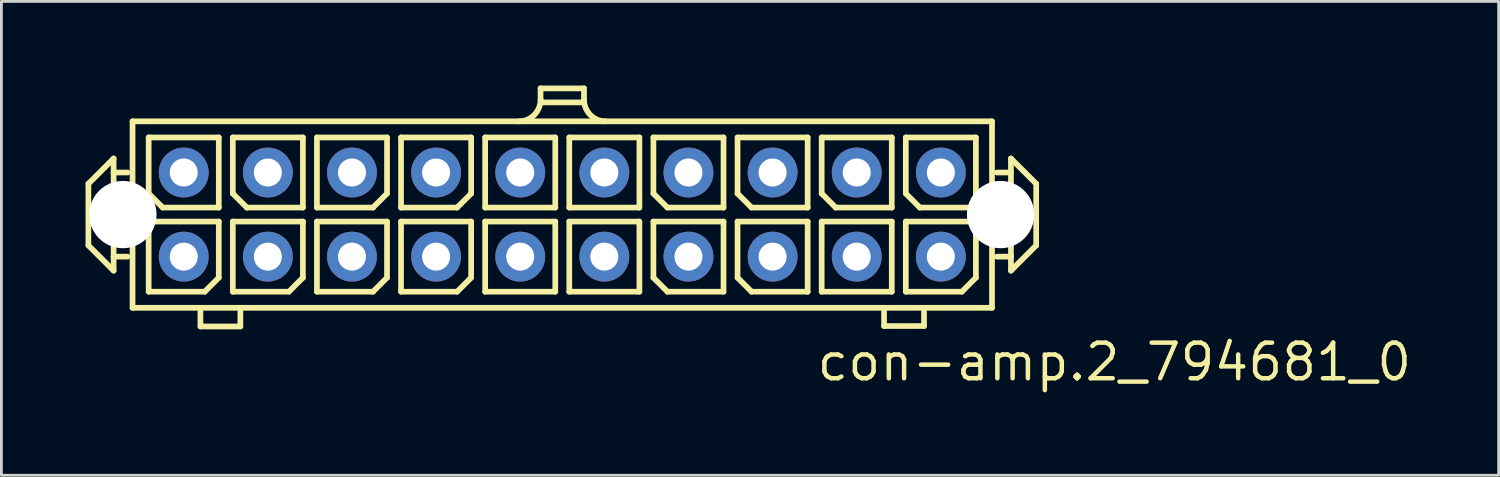
<source format=kicad_pcb>
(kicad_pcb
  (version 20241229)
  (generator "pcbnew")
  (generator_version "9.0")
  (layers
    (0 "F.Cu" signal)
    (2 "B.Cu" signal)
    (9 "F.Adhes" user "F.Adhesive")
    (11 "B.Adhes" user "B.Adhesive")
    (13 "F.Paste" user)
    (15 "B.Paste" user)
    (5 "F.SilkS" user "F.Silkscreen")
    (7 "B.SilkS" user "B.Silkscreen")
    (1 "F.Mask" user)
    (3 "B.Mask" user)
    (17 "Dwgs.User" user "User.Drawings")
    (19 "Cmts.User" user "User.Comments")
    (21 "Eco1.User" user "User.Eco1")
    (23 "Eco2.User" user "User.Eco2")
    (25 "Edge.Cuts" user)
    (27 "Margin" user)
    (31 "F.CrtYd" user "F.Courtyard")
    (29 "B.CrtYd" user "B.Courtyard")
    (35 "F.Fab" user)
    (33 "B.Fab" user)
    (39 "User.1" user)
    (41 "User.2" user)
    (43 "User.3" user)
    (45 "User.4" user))
  (footprint "con-amp.2_794681_0"
    (layer "F.Cu")
    (at 17.002 4.602)
    (property "Reference" "con-amp.2_794681_0" (at 9 6 0) (layer "F.SilkS") (effects (font (size 1.27 1.27) (thickness 0.16)) (justify left bottom)))
    (attr through_hole)
    (fp_line (start -16.9 -1.1) (end -16 -2) (stroke (width 0.203) (type default)) (layer "F.SilkS"))
    (fp_line (start -16.9 1.1) (end -16.9 -1.1) (stroke (width 0.203) (type default)) (layer "F.SilkS"))
    (fp_line (start -16 -2) (end -16 -1.5) (stroke (width 0.203) (type default)) (layer "F.SilkS"))
    (fp_line (start -16 -1.5) (end -16 1.5) (stroke (width 0.203) (type default)) (layer "F.SilkS"))
    (fp_line (start -16 -1.5) (end -15.5 -1.5) (stroke (width 0.203) (type default)) (layer "F.SilkS"))
    (fp_line (start -16 1.5) (end -16 2) (stroke (width 0.203) (type default)) (layer "F.SilkS"))
    (fp_line (start -16 1.5) (end -15.5 1.5) (stroke (width 0.203) (type default)) (layer "F.SilkS"))
    (fp_line (start -16 2) (end -16.9 1.1) (stroke (width 0.203) (type default)) (layer "F.SilkS"))
    (fp_line (start -15.325 -3.325) (end 15.325 -3.325) (stroke (width 0.203) (type default)) (layer "F.SilkS"))
    (fp_line (start -15.325 3.325) (end -15.325 -3.325) (stroke (width 0.203) (type default)) (layer "F.SilkS"))
    (fp_line (start -14.75 -2.75) (end -14.75 -0.75) (stroke (width 0.203) (type default)) (layer "F.SilkS"))
    (fp_line (start -14.75 0.25) (end -14.75 2.75) (stroke (width 0.203) (type default)) (layer "F.SilkS"))
    (fp_line (start -14.75 0.25) (end -12.25 0.25) (stroke (width 0.203) (type default)) (layer "F.SilkS"))
    (fp_line (start -14.75 2.75) (end -12.75 2.75) (stroke (width 0.203) (type default)) (layer "F.SilkS"))
    (fp_line (start -14.25 -0.25) (end -14.75 -0.75) (stroke (width 0.203) (type default)) (layer "F.SilkS"))
    (fp_line (start -14.25 -0.25) (end -12.25 -0.25) (stroke (width 0.203) (type default)) (layer "F.SilkS"))
    (fp_line (start -12.905 3.99) (end -12.905 3.44) (stroke (width 0.203) (type default)) (layer "F.SilkS"))
    (fp_line (start -12.75 2.75) (end -12.25 2.25) (stroke (width 0.203) (type default)) (layer "F.SilkS"))
    (fp_line (start -12.25 -2.75) (end -14.75 -2.75) (stroke (width 0.203) (type default)) (layer "F.SilkS"))
    (fp_line (start -12.25 -2.75) (end -12.25 -0.25) (stroke (width 0.203) (type default)) (layer "F.SilkS"))
    (fp_line (start -12.25 0.25) (end -12.25 2.25) (stroke (width 0.203) (type default)) (layer "F.SilkS"))
    (fp_line (start -11.75 -2.75) (end -11.75 -0.75) (stroke (width 0.203) (type default)) (layer "F.SilkS"))
    (fp_line (start -11.75 0.25) (end -11.75 2.75) (stroke (width 0.203) (type default)) (layer "F.SilkS"))
    (fp_line (start -11.75 0.25) (end -9.25 0.25) (stroke (width 0.203) (type default)) (layer "F.SilkS"))
    (fp_line (start -11.75 2.75) (end -9.75 2.75) (stroke (width 0.203) (type default)) (layer "F.SilkS"))
    (fp_line (start -11.48 3.99) (end -12.905 3.99) (stroke (width 0.203) (type default)) (layer "F.SilkS"))
    (fp_line (start -11.48 3.99) (end -11.48 3.44) (stroke (width 0.203) (type default)) (layer "F.SilkS"))
    (fp_line (start -11.25 -0.25) (end -11.75 -0.75) (stroke (width 0.203) (type default)) (layer "F.SilkS"))
    (fp_line (start -11.25 -0.25) (end -9.25 -0.25) (stroke (width 0.203) (type default)) (layer "F.SilkS"))
    (fp_line (start -9.75 2.75) (end -9.25 2.25) (stroke (width 0.203) (type default)) (layer "F.SilkS"))
    (fp_line (start -9.25 -2.75) (end -11.75 -2.75) (stroke (width 0.203) (type default)) (layer "F.SilkS"))
    (fp_line (start -9.25 -2.75) (end -9.25 -0.25) (stroke (width 0.203) (type default)) (layer "F.SilkS"))
    (fp_line (start -9.25 0.25) (end -9.25 2.25) (stroke (width 0.203) (type default)) (layer "F.SilkS"))
    (fp_line (start -8.75 -2.75) (end -8.75 -0.25) (stroke (width 0.203) (type default)) (layer "F.SilkS"))
    (fp_line (start -8.75 -0.25) (end -6.75 -0.25) (stroke (width 0.203) (type default)) (layer "F.SilkS"))
    (fp_line (start -8.75 0.25) (end -8.75 2.75) (stroke (width 0.203) (type default)) (layer "F.SilkS"))
    (fp_line (start -8.75 0.25) (end -6.25 0.25) (stroke (width 0.203) (type default)) (layer "F.SilkS"))
    (fp_line (start -8.75 2.75) (end -6.75 2.75) (stroke (width 0.203) (type default)) (layer "F.SilkS"))
    (fp_line (start -6.75 -0.25) (end -6.25 -0.75) (stroke (width 0.203) (type default)) (layer "F.SilkS"))
    (fp_line (start -6.75 2.75) (end -6.25 2.25) (stroke (width 0.203) (type default)) (layer "F.SilkS"))
    (fp_line (start -6.25 -2.75) (end -8.75 -2.75) (stroke (width 0.203) (type default)) (layer "F.SilkS"))
    (fp_line (start -6.25 -2.75) (end -6.25 -0.75) (stroke (width 0.203) (type default)) (layer "F.SilkS"))
    (fp_line (start -6.25 0.25) (end -6.25 2.25) (stroke (width 0.203) (type default)) (layer "F.SilkS"))
    (fp_line (start -5.75 -2.75) (end -5.75 -0.25) (stroke (width 0.203) (type default)) (layer "F.SilkS"))
    (fp_line (start -5.75 -0.25) (end -3.75 -0.25) (stroke (width 0.203) (type default)) (layer "F.SilkS"))
    (fp_line (start -5.75 0.25) (end -5.75 2.75) (stroke (width 0.203) (type default)) (layer "F.SilkS"))
    (fp_line (start -5.75 0.25) (end -3.25 0.25) (stroke (width 0.203) (type default)) (layer "F.SilkS"))
    (fp_line (start -5.75 2.75) (end -3.75 2.75) (stroke (width 0.203) (type default)) (layer "F.SilkS"))
    (fp_line (start -3.75 -0.25) (end -3.25 -0.75) (stroke (width 0.203) (type default)) (layer "F.SilkS"))
    (fp_line (start -3.75 2.75) (end -3.25 2.25) (stroke (width 0.203) (type default)) (layer "F.SilkS"))
    (fp_line (start -3.25 -2.75) (end -5.75 -2.75) (stroke (width 0.203) (type default)) (layer "F.SilkS"))
    (fp_line (start -3.25 -2.75) (end -3.25 -0.75) (stroke (width 0.203) (type default)) (layer "F.SilkS"))
    (fp_line (start -3.25 0.25) (end -3.25 2.25) (stroke (width 0.203) (type default)) (layer "F.SilkS"))
    (fp_line (start -2.75 -2.75) (end -2.75 -0.25) (stroke (width 0.203) (type default)) (layer "F.SilkS"))
    (fp_line (start -2.75 -0.25) (end -0.25 -0.25) (stroke (width 0.203) (type default)) (layer "F.SilkS"))
    (fp_line (start -2.75 0.25) (end -2.75 2.75) (stroke (width 0.203) (type default)) (layer "F.SilkS"))
    (fp_line (start -2.75 0.25) (end -0.25 0.25) (stroke (width 0.203) (type default)) (layer "F.SilkS"))
    (fp_line (start -2.75 2.75) (end -0.25 2.75) (stroke (width 0.203) (type default)) (layer "F.SilkS"))
    (fp_line (start -0.775 -4.5) (end 0.775 -4.5) (stroke (width 0.203) (type default)) (layer "F.SilkS"))
    (fp_line (start -0.775 -4.1) (end -0.775 -4.5) (stroke (width 0.203) (type default)) (layer "F.SilkS"))
    (fp_line (start -0.25 -2.75) (end -2.75 -2.75) (stroke (width 0.203) (type default)) (layer "F.SilkS"))
    (fp_line (start -0.25 -2.75) (end -0.25 -0.25) (stroke (width 0.203) (type default)) (layer "F.SilkS"))
    (fp_line (start -0.25 0.25) (end -0.25 2.75) (stroke (width 0.203) (type default)) (layer "F.SilkS"))
    (fp_line (start 0.25 -2.75) (end 0.25 -0.25) (stroke (width 0.203) (type default)) (layer "F.SilkS"))
    (fp_line (start 0.25 -0.25) (end 2.75 -0.25) (stroke (width 0.203) (type default)) (layer "F.SilkS"))
    (fp_line (start 0.25 0.25) (end 0.25 2.75) (stroke (width 0.203) (type default)) (layer "F.SilkS"))
    (fp_line (start 0.25 0.25) (end 2.75 0.25) (stroke (width 0.203) (type default)) (layer "F.SilkS"))
    (fp_line (start 0.25 2.75) (end 2.75 2.75) (stroke (width 0.203) (type default)) (layer "F.SilkS"))
    (fp_line (start 0.75 -4) (end -0.75 -4) (stroke (width 0.203) (type default)) (layer "F.SilkS"))
    (fp_line (start 0.775 -4.1) (end 0.775 -4.5) (stroke (width 0.203) (type default)) (layer "F.SilkS"))
    (fp_line (start 2.75 -2.75) (end 0.25 -2.75) (stroke (width 0.203) (type default)) (layer "F.SilkS"))
    (fp_line (start 2.75 -2.75) (end 2.75 -0.25) (stroke (width 0.203) (type default)) (layer "F.SilkS"))
    (fp_line (start 2.75 0.25) (end 2.75 2.75) (stroke (width 0.203) (type default)) (layer "F.SilkS"))
    (fp_line (start 3.25 -2.75) (end 3.25 -0.75) (stroke (width 0.203) (type default)) (layer "F.SilkS"))
    (fp_line (start 3.25 0.25) (end 3.25 2.25) (stroke (width 0.203) (type default)) (layer "F.SilkS"))
    (fp_line (start 3.25 0.25) (end 5.75 0.25) (stroke (width 0.203) (type default)) (layer "F.SilkS"))
    (fp_line (start 3.75 -0.25) (end 3.25 -0.75) (stroke (width 0.203) (type default)) (layer "F.SilkS"))
    (fp_line (start 3.75 -0.25) (end 5.75 -0.25) (stroke (width 0.203) (type default)) (layer "F.SilkS"))
    (fp_line (start 3.75 2.75) (end 3.25 2.25) (stroke (width 0.203) (type default)) (layer "F.SilkS"))
    (fp_line (start 3.75 2.75) (end 5.75 2.75) (stroke (width 0.203) (type default)) (layer "F.SilkS"))
    (fp_line (start 5.75 -2.75) (end 3.25 -2.75) (stroke (width 0.203) (type default)) (layer "F.SilkS"))
    (fp_line (start 5.75 -2.75) (end 5.75 -0.25) (stroke (width 0.203) (type default)) (layer "F.SilkS"))
    (fp_line (start 5.75 0.25) (end 5.75 2.75) (stroke (width 0.203) (type default)) (layer "F.SilkS"))
    (fp_line (start 6.25 -2.75) (end 6.25 -0.75) (stroke (width 0.203) (type default)) (layer "F.SilkS"))
    (fp_line (start 6.25 0.25) (end 6.25 2.25) (stroke (width 0.203) (type default)) (layer "F.SilkS"))
    (fp_line (start 6.25 0.25) (end 8.75 0.25) (stroke (width 0.203) (type default)) (layer "F.SilkS"))
    (fp_line (start 6.75 -0.25) (end 6.25 -0.75) (stroke (width 0.203) (type default)) (layer "F.SilkS"))
    (fp_line (start 6.75 -0.25) (end 8.75 -0.25) (stroke (width 0.203) (type default)) (layer "F.SilkS"))
    (fp_line (start 6.75 2.75) (end 6.25 2.25) (stroke (width 0.203) (type default)) (layer "F.SilkS"))
    (fp_line (start 6.75 2.75) (end 8.75 2.75) (stroke (width 0.203) (type default)) (layer "F.SilkS"))
    (fp_line (start 8.75 -2.75) (end 6.25 -2.75) (stroke (width 0.203) (type default)) (layer "F.SilkS"))
    (fp_line (start 8.75 -2.75) (end 8.75 -0.25) (stroke (width 0.203) (type default)) (layer "F.SilkS"))
    (fp_line (start 8.75 0.25) (end 8.75 2.75) (stroke (width 0.203) (type default)) (layer "F.SilkS"))
    (fp_line (start 9.25 -2.75) (end 9.25 -0.75) (stroke (width 0.203) (type default)) (layer "F.SilkS"))
    (fp_line (start 9.25 0.25) (end 9.25 2.75) (stroke (width 0.203) (type default)) (layer "F.SilkS"))
    (fp_line (start 9.25 0.25) (end 11.75 0.25) (stroke (width 0.203) (type default)) (layer "F.SilkS"))
    (fp_line (start 9.25 2.75) (end 11.75 2.75) (stroke (width 0.203) (type default)) (layer "F.SilkS"))
    (fp_line (start 9.75 -0.25) (end 9.25 -0.75) (stroke (width 0.203) (type default)) (layer "F.SilkS"))
    (fp_line (start 9.75 -0.25) (end 11.75 -0.25) (stroke (width 0.203) (type default)) (layer "F.SilkS"))
    (fp_line (start 11.475 3.975) (end 11.475 3.425) (stroke (width 0.203) (type default)) (layer "F.SilkS"))
    (fp_line (start 11.75 -2.75) (end 9.25 -2.75) (stroke (width 0.203) (type default)) (layer "F.SilkS"))
    (fp_line (start 11.75 -2.75) (end 11.75 -0.25) (stroke (width 0.203) (type default)) (layer "F.SilkS"))
    (fp_line (start 11.75 0.25) (end 11.75 2.75) (stroke (width 0.203) (type default)) (layer "F.SilkS"))
    (fp_line (start 12.25 -2.75) (end 12.25 -0.75) (stroke (width 0.203) (type default)) (layer "F.SilkS"))
    (fp_line (start 12.25 0.25) (end 12.25 2.75) (stroke (width 0.203) (type default)) (layer "F.SilkS"))
    (fp_line (start 12.25 0.25) (end 14.75 0.25) (stroke (width 0.203) (type default)) (layer "F.SilkS"))
    (fp_line (start 12.25 2.75) (end 14.25 2.75) (stroke (width 0.203) (type default)) (layer "F.SilkS"))
    (fp_line (start 12.75 -0.25) (end 12.25 -0.75) (stroke (width 0.203) (type default)) (layer "F.SilkS"))
    (fp_line (start 12.75 -0.25) (end 14.75 -0.25) (stroke (width 0.203) (type default)) (layer "F.SilkS"))
    (fp_line (start 12.9 3.975) (end 11.475 3.975) (stroke (width 0.203) (type default)) (layer "F.SilkS"))
    (fp_line (start 12.9 3.975) (end 12.9 3.425) (stroke (width 0.203) (type default)) (layer "F.SilkS"))
    (fp_line (start 14.25 2.75) (end 14.75 2.25) (stroke (width 0.203) (type default)) (layer "F.SilkS"))
    (fp_line (start 14.75 -2.75) (end 12.25 -2.75) (stroke (width 0.203) (type default)) (layer "F.SilkS"))
    (fp_line (start 14.75 -0.25) (end 14.75 -2.75) (stroke (width 0.203) (type default)) (layer "F.SilkS"))
    (fp_line (start 14.75 2.25) (end 14.75 0.25) (stroke (width 0.203) (type default)) (layer "F.SilkS"))
    (fp_line (start 15.325 -3.325) (end 15.325 3.325) (stroke (width 0.203) (type default)) (layer "F.SilkS"))
    (fp_line (start 15.325 3.325) (end -15.325 3.325) (stroke (width 0.203) (type default)) (layer "F.SilkS"))
    (fp_line (start 16 -2) (end 16 -1.5) (stroke (width 0.203) (type default)) (layer "F.SilkS"))
    (fp_line (start 16 -2) (end 16.9 -1.1) (stroke (width 0.203) (type default)) (layer "F.SilkS"))
    (fp_line (start 16 -1.5) (end 15.5 -1.5) (stroke (width 0.203) (type default)) (layer "F.SilkS"))
    (fp_line (start 16 -1.5) (end 16 1.5) (stroke (width 0.203) (type default)) (layer "F.SilkS"))
    (fp_line (start 16 1.5) (end 15.5 1.5) (stroke (width 0.203) (type default)) (layer "F.SilkS"))
    (fp_line (start 16 1.5) (end 16 2) (stroke (width 0.203) (type default)) (layer "F.SilkS"))
    (fp_line (start 16.9 -1.1) (end 16.9 1.1) (stroke (width 0.203) (type default)) (layer "F.SilkS"))
    (fp_line (start 16.9 1.1) (end 16 2) (stroke (width 0.203) (type default)) (layer "F.SilkS"))
    (fp_arc (start -0.775 -4.1) (mid -1.001992 -3.551992) (end -1.55 -3.325) (stroke (width 0.2032) (type default)) (layer "F.SilkS"))
    (fp_arc (start 1.55 -3.325) (mid 1.001992 -3.551992) (end 0.775 -4.1) (stroke (width 0.2032) (type default)) (layer "F.SilkS"))
    (pad "" np_thru_hole circle (at -15.67 0) (size 2.4 2.4) (drill 2.4) (layers "*.Cu" "*.Mask"))
    (pad "" np_thru_hole circle (at 15.63 0) (size 2.4 2.4) (drill 2.4) (layers "*.Cu" "*.Mask"))
    (pad "1" thru_hole circle (at 13.5 1.5) (size 1.778 1.778) (drill 1) (layers "*.Cu" "*.Mask"))
    (pad "2" thru_hole circle (at 13.5 -1.5) (size 1.778 1.778) (drill 1) (layers "*.Cu" "*.Mask"))
    (pad "3" thru_hole circle (at 10.5 1.5) (size 1.778 1.778) (drill 1) (layers "*.Cu" "*.Mask"))
    (pad "4" thru_hole circle (at 10.5 -1.5) (size 1.778 1.778) (drill 1) (layers "*.Cu" "*.Mask"))
    (pad "5" thru_hole circle (at 7.5 1.5) (size 1.778 1.778) (drill 1) (layers "*.Cu" "*.Mask"))
    (pad "6" thru_hole circle (at 7.5 -1.5) (size 1.778 1.778) (drill 1) (layers "*.Cu" "*.Mask"))
    (pad "7" thru_hole circle (at 4.5 1.5) (size 1.778 1.778) (drill 1) (layers "*.Cu" "*.Mask"))
    (pad "8" thru_hole circle (at 4.5 -1.5) (size 1.778 1.778) (drill 1) (layers "*.Cu" "*.Mask"))
    (pad "9" thru_hole circle (at 1.5 1.5) (size 1.778 1.778) (drill 1) (layers "*.Cu" "*.Mask"))
    (pad "10" thru_hole circle (at 1.5 -1.5) (size 1.778 1.778) (drill 1) (layers "*.Cu" "*.Mask"))
    (pad "11" thru_hole circle (at -1.5 1.5) (size 1.778 1.778) (drill 1) (layers "*.Cu" "*.Mask"))
    (pad "12" thru_hole circle (at -1.5 -1.5) (size 1.778 1.778) (drill 1) (layers "*.Cu" "*.Mask"))
    (pad "13" thru_hole circle (at -4.5 1.5) (size 1.778 1.778) (drill 1) (layers "*.Cu" "*.Mask"))
    (pad "14" thru_hole circle (at -4.5 -1.5) (size 1.778 1.778) (drill 1) (layers "*.Cu" "*.Mask"))
    (pad "15" thru_hole circle (at -7.5 1.5) (size 1.778 1.778) (drill 1) (layers "*.Cu" "*.Mask"))
    (pad "16" thru_hole circle (at -7.5 -1.5) (size 1.778 1.778) (drill 1) (layers "*.Cu" "*.Mask"))
    (pad "17" thru_hole circle (at -10.5 1.5) (size 1.778 1.778) (drill 1) (layers "*.Cu" "*.Mask"))
    (pad "18" thru_hole circle (at -10.5 -1.5) (size 1.778 1.778) (drill 1) (layers "*.Cu" "*.Mask"))
    (pad "19" thru_hole circle (at -13.5 1.5) (size 1.778 1.778) (drill 1) (layers "*.Cu" "*.Mask"))
    (pad "20" thru_hole circle (at -13.5 -1.5) (size 1.778 1.778) (drill 1) (layers "*.Cu" "*.Mask")))
  (gr_rect
    (start -3 -3)
    (end 50.394 13.899)
    (stroke (width 0.1) (type default))
    (fill no)
    (layer "Edge.Cuts")))
</source>
